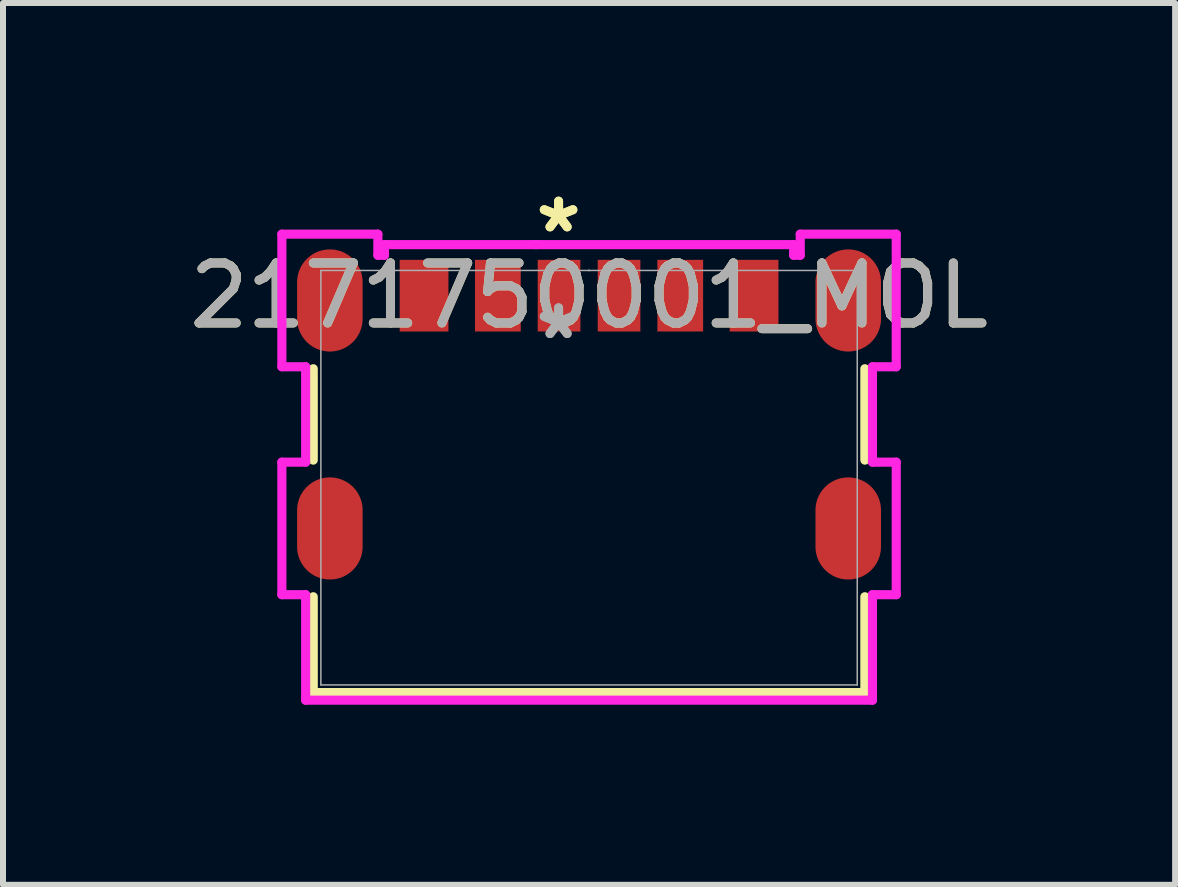
<source format=kicad_pcb>
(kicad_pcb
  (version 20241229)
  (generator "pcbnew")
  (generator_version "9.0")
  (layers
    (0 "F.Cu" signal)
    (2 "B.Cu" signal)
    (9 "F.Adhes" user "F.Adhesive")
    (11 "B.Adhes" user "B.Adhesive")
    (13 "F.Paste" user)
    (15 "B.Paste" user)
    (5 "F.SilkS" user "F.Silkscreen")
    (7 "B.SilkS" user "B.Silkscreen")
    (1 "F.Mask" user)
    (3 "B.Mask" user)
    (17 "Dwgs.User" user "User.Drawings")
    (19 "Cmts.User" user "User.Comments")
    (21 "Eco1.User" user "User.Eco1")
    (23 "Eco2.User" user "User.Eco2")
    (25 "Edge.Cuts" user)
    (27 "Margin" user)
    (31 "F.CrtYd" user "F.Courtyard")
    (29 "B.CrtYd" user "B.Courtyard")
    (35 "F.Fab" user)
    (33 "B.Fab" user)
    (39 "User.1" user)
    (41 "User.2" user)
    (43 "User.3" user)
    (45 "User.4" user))
  (footprint "2171750001_MOL"
    (layer "F.Cu")
    (at 6.768 4.912)
    (property "Reference" "2171750001_MOL" (at 0 -3.034 0) (unlocked yes) (layer "F.SilkS") (effects (font (size 1 1) (thickness 0.15))))
    (attr smd)
    (fp_line (start -4.597 -1.816) (end -4.597 -0.293) (stroke (width 0.152) (type solid)) (layer "F.SilkS"))
    (fp_line (start -4.597 1.984) (end -4.597 3.581) (stroke (width 0.152) (type solid)) (layer "F.SilkS"))
    (fp_line (start -4.597 3.581) (end 4.597 3.581) (stroke (width 0.152) (type solid)) (layer "F.SilkS"))
    (fp_line (start 4.597 -0.293) (end 4.597 -1.816) (stroke (width 0.152) (type solid)) (layer "F.SilkS"))
    (fp_line (start 4.597 3.581) (end 4.597 1.984) (stroke (width 0.152) (type solid)) (layer "F.SilkS"))
    (fp_line (start -5.12 -4.059) (end -5.12 -1.849) (stroke (width 0.152) (type solid)) (layer "F.CrtYd"))
    (fp_line (start -5.12 -1.849) (end -4.724 -1.849) (stroke (width 0.152) (type solid)) (layer "F.CrtYd"))
    (fp_line (start -5.12 -0.259) (end -5.12 1.95) (stroke (width 0.152) (type solid)) (layer "F.CrtYd"))
    (fp_line (start -5.12 1.95) (end -4.724 1.95) (stroke (width 0.152) (type solid)) (layer "F.CrtYd"))
    (fp_line (start -4.724 -1.849) (end -4.724 -0.259) (stroke (width 0.152) (type solid)) (layer "F.CrtYd"))
    (fp_line (start -4.724 -0.259) (end -5.12 -0.259) (stroke (width 0.152) (type solid)) (layer "F.CrtYd"))
    (fp_line (start -4.724 1.95) (end -4.724 3.708) (stroke (width 0.152) (type solid)) (layer "F.CrtYd"))
    (fp_line (start -4.724 3.708) (end 4.724 3.708) (stroke (width 0.152) (type solid)) (layer "F.CrtYd"))
    (fp_line (start -3.52 -4.059) (end -5.12 -4.059) (stroke (width 0.152) (type solid)) (layer "F.CrtYd"))
    (fp_line (start -3.52 -3.708) (end -3.52 -4.059) (stroke (width 0.152) (type solid)) (layer "F.CrtYd"))
    (fp_line (start -3.41 -3.885) (end -3.41 -3.708) (stroke (width 0.152) (type solid)) (layer "F.CrtYd"))
    (fp_line (start -3.41 -3.708) (end -3.52 -3.708) (stroke (width 0.152) (type solid)) (layer "F.CrtYd"))
    (fp_line (start -0.885 -3.885) (end -0.885 -3.885) (stroke (width 0.152) (type solid)) (layer "F.CrtYd"))
    (fp_line (start -0.885 -3.885) (end -3.41 -3.885) (stroke (width 0.152) (type solid)) (layer "F.CrtYd"))
    (fp_line (start 3.41 -3.885) (end -0.885 -3.885) (stroke (width 0.152) (type solid)) (layer "F.CrtYd"))
    (fp_line (start 3.41 -3.708) (end 3.41 -3.885) (stroke (width 0.152) (type solid)) (layer "F.CrtYd"))
    (fp_line (start 3.52 -4.059) (end 3.52 -3.708) (stroke (width 0.152) (type solid)) (layer "F.CrtYd"))
    (fp_line (start 3.52 -3.708) (end 3.41 -3.708) (stroke (width 0.152) (type solid)) (layer "F.CrtYd"))
    (fp_line (start 4.724 -1.849) (end 5.12 -1.849) (stroke (width 0.152) (type solid)) (layer "F.CrtYd"))
    (fp_line (start 4.724 -0.259) (end 4.724 -1.849) (stroke (width 0.152) (type solid)) (layer "F.CrtYd"))
    (fp_line (start 4.724 1.95) (end 5.12 1.95) (stroke (width 0.152) (type solid)) (layer "F.CrtYd"))
    (fp_line (start 4.724 3.708) (end 4.724 1.95) (stroke (width 0.152) (type solid)) (layer "F.CrtYd"))
    (fp_line (start 5.12 -4.059) (end 3.52 -4.059) (stroke (width 0.152) (type solid)) (layer "F.CrtYd"))
    (fp_line (start 5.12 -1.849) (end 5.12 -4.059) (stroke (width 0.152) (type solid)) (layer "F.CrtYd"))
    (fp_line (start 5.12 -0.259) (end 4.724 -0.259) (stroke (width 0.152) (type solid)) (layer "F.CrtYd"))
    (fp_line (start 5.12 1.95) (end 5.12 -0.259) (stroke (width 0.152) (type solid)) (layer "F.CrtYd"))
    (fp_line (start -4.47 -3.454) (end -4.47 3.454) (stroke (width 0.025) (type solid)) (layer "F.Fab"))
    (fp_line (start -4.47 3.454) (end 4.47 3.454) (stroke (width 0.025) (type solid)) (layer "F.Fab"))
    (fp_line (start 0 -3.454) (end 0 -3.454) (stroke (width 0.025) (type solid)) (layer "F.Fab"))
    (fp_line (start 0 -3.454) (end 0 -3.454) (stroke (width 0.025) (type solid)) (layer "F.Fab"))
    (fp_line (start 0 -3.454) (end 0 -3.454) (stroke (width 0.025) (type solid)) (layer "F.Fab"))
    (fp_line (start 0 -3.454) (end 0 -3.454) (stroke (width 0.025) (type solid)) (layer "F.Fab"))
    (fp_line (start 4.47 -3.454) (end -4.47 -3.454) (stroke (width 0.025) (type solid)) (layer "F.Fab"))
    (fp_line (start 4.47 3.454) (end 4.47 -3.454) (stroke (width 0.025) (type solid)) (layer "F.Fab"))
    (fp_text user "*" (at -0.508 -4.064 0) (layer "F.SilkS") (effects (font (size 1 1) (thickness 0.15))))
    (fp_text user "*" (at -0.508 -4.064 0) (unlocked yes) (layer "F.SilkS") (effects (font (size 1 1) (thickness 0.15))))
    (fp_text user "*" (at -0.508 -2.286 0) (layer "F.Fab") (effects (font (size 1 1) (thickness 0.15))))
    (fp_text user "${REFERENCE}" (at 0 -3.034 0) (unlocked yes) (layer "F.Fab") (effects (font (size 1 1) (thickness 0.15))))
    (fp_text user "*" (at -0.508 -2.286 0) (unlocked yes) (layer "F.Fab") (effects (font (size 1 1) (thickness 0.15))))
    (pad "7" smd oval (at -4.32 -2.954) (size 1.092 1.702) (layers "F.Cu" "F.Mask" "F.Paste"))
    (pad "8" smd oval (at 4.32 -2.954) (size 1.092 1.702) (layers "F.Cu" "F.Mask" "F.Paste"))
    (pad "9" smd oval (at -4.32 0.846) (size 1.092 1.702) (layers "F.Cu" "F.Mask" "F.Paste"))
    (pad "10" smd oval (at 4.32 0.846) (size 1.092 1.702) (layers "F.Cu" "F.Mask" "F.Paste"))
    (pad "A5" smd rect (at -0.5 -3.034) (size 0.711 1.194) (layers "F.Cu" "F.Mask" "F.Paste"))
    (pad "A9" smd rect (at 1.52 -3.034) (size 0.762 1.194) (layers "F.Cu" "F.Mask" "F.Paste"))
    (pad "A12" smd rect (at 2.75 -3.034) (size 0.813 1.194) (layers "F.Cu" "F.Mask" "F.Paste"))
    (pad "B5" smd rect (at 0.5 -3.034) (size 0.711 1.194) (layers "F.Cu" "F.Mask" "F.Paste"))
    (pad "B9" smd rect (at -1.52 -3.034) (size 0.762 1.194) (layers "F.Cu" "F.Mask" "F.Paste"))
    (pad "B12" smd rect (at -2.75 -3.034) (size 0.813 1.194) (layers "F.Cu" "F.Mask" "F.Paste")))
  (gr_rect
    (start -3 -3)
    (end 16.536 11.697)
    (stroke (width 0.1) (type default))
    (fill no)
    (layer "Edge.Cuts")))
</source>
